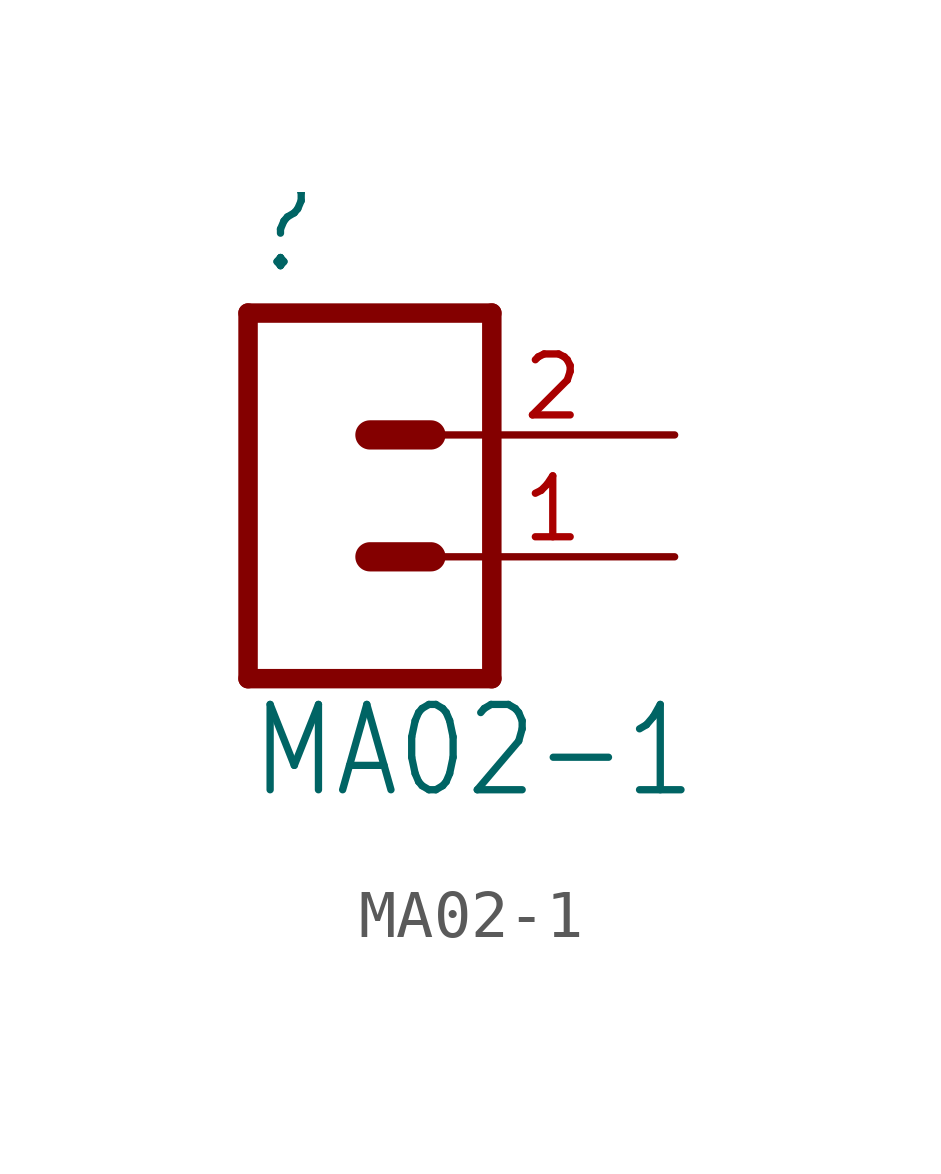
<source format=kicad_sym>
(kicad_symbol_lib
  (version 20211014)
  (generator kicad_symbol_editor)
  (symbol "MA02-1"
    (property "Reference" ""
      (at -2.54 4.572 0)
      (effects (font (size 1.778 1.511)) (justify left bottom)))
    (property "Value" "MA02-1"
      (at -2.54 -6.35 0)
      (effects (font (size 1.778 1.511)) (justify left bottom)))
    (property "ki_locked" ""
      (at 0 0 0)
      (effects (font (size 1.27 1.27))))
    (symbol "MA02-1_1_0"
      (polyline (pts (xy -2.54 3.81) (xy -2.54 -3.81)) (stroke (width 0.406) (type default) (color 0 0 0 0)) (fill (type none)))
      (polyline (pts (xy -2.54 3.81) (xy 2.54 3.81)) (stroke (width 0.406) (type default) (color 0 0 0 0)) (fill (type none)))
      (polyline (pts (xy 0 -1.27) (xy 1.27 -1.27)) (stroke (width 0.61) (type default) (color 0 0 0 0)) (fill (type none)))
      (polyline (pts (xy 0 1.27) (xy 1.27 1.27)) (stroke (width 0.61) (type default) (color 0 0 0 0)) (fill (type none)))
      (polyline (pts (xy 2.54 -3.81) (xy -2.54 -3.81)) (stroke (width 0.406) (type default) (color 0 0 0 0)) (fill (type none)))
      (polyline (pts (xy 2.54 -3.81) (xy 2.54 3.81)) (stroke (width 0.406) (type default) (color 0 0 0 0)) (fill (type none)))
      (pin passive line (at 6.35 -1.27 180) (length 5.08) (name "1" (effects (font (size 0 0)))) (number "1" (effects (font (size 1.27 1.27)))))
      (pin passive line (at 6.35 1.27 180) (length 5.08) (name "2" (effects (font (size 0 0)))) (number "2" (effects (font (size 1.27 1.27))))))))
</source>
